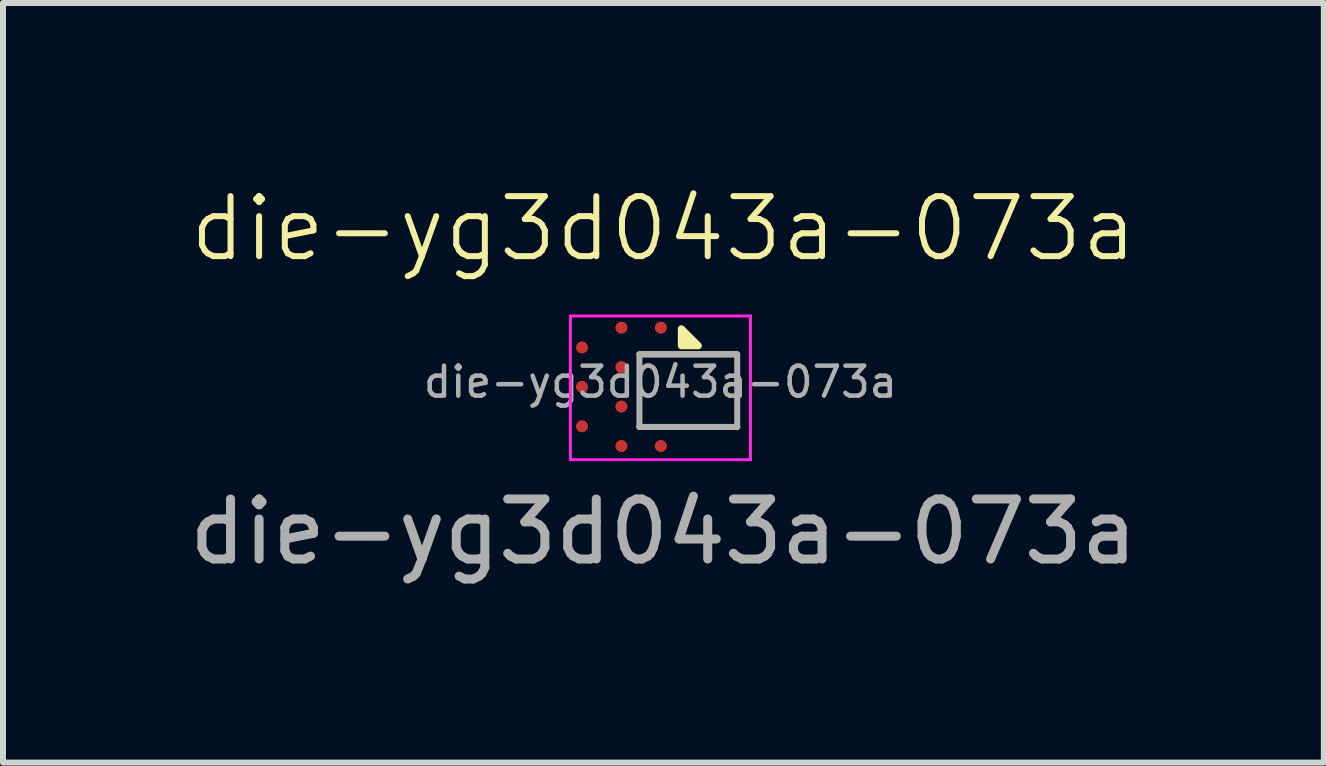
<source format=kicad_pcb>
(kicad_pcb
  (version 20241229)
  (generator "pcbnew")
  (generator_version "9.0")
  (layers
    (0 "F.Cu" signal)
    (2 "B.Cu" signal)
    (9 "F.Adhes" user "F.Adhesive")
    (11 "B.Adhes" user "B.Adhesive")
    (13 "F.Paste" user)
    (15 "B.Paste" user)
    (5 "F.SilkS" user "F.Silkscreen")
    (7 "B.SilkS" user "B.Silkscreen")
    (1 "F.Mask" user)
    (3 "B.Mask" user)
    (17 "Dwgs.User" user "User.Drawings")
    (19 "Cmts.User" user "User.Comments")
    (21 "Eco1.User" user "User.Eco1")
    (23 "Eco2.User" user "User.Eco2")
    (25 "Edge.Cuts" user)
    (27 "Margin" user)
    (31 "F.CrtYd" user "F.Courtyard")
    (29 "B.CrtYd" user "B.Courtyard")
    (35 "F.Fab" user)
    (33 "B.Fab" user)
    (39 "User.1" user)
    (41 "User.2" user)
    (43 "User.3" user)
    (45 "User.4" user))
  (footprint "die-yg3d043a-073a"
    (layer "F.Cu")
    (at 8.006 3.311)
    (property "Reference" "die-yg3d043a-073a" (at 0 -2.55 0) (unlocked yes) (layer "F.SilkS") (effects (font (size 1 1) (thickness 0.1))))
    (attr smd)
    (fp_line (start -0.402 -0.457) (end 1.228 -0.457) (stroke (width 0.1) (type default)) (layer "F.SilkS"))
    (fp_line (start -0.4 0.754) (end 1.23 0.754) (stroke (width 0.1) (type default)) (layer "F.SilkS"))
    (fp_poly (pts (xy 0.3 -0.6) (xy 0.3 -0.88) (xy 0.58 -0.6) (xy 0.3 -0.6)) (stroke (width 0.12) (type solid)) (fill yes) (layer "F.SilkS"))
    (fp_line (start -1.55 -1.095) (end 1.45 -1.095) (stroke (width 0.05) (type solid)) (layer "F.CrtYd"))
    (fp_line (start -1.55 1.3) (end -1.55 -1.095) (stroke (width 0.05) (type solid)) (layer "F.CrtYd"))
    (fp_line (start 1.45 -1.095) (end 1.45 1.3) (stroke (width 0.05) (type solid)) (layer "F.CrtYd"))
    (fp_line (start 1.45 1.3) (end -1.55 1.3) (stroke (width 0.05) (type solid)) (layer "F.CrtYd"))
    (fp_rect (start -0.4 -0.455) (end 1.23 0.755) (stroke (width 0.1) (type solid)) (fill no) (layer "F.Fab"))
    (fp_text user "${REFERENCE}" (at 0 2.5 0) (unlocked yes) (layer "F.Fab") (effects (font (size 1 1) (thickness 0.15))))
    (fp_text user "${REFERENCE}" (at -0.05 0.005 0) (layer "F.Fab") (effects (font (size 0.5 0.5) (thickness 0.075))))
    (pad "1" smd oval (at -0.043 -0.9) (size 0.2 0.2) (layers "F.Cu" "F.Mask" "F.Paste"))
    (pad "2" smd oval (at -0.7 -0.9) (size 0.2 0.2) (layers "F.Cu" "F.Mask" "F.Paste"))
    (pad "3" smd oval (at -1.357 -0.571) (size 0.2 0.2) (layers "F.Cu" "F.Mask" "F.Paste"))
    (pad "4" smd oval (at -0.7 -0.243) (size 0.2 0.2) (layers "F.Cu" "F.Mask" "F.Paste"))
    (pad "5" smd oval (at -1.357 0.086) (size 0.2 0.2) (layers "F.Cu" "F.Mask" "F.Paste"))
    (pad "6" smd oval (at -0.7 0.414) (size 0.2 0.2) (layers "F.Cu" "F.Mask" "F.Paste"))
    (pad "7" smd oval (at -1.357 0.743) (size 0.2 0.2) (layers "F.Cu" "F.Mask" "F.Paste"))
    (pad "8" smd oval (at -0.7 1.072) (size 0.2 0.2) (layers "F.Cu" "F.Mask" "F.Paste"))
    (pad "9" smd oval (at -0.043 1.072) (size 0.2 0.2) (layers "F.Cu" "F.Mask" "F.Paste")))
  (gr_rect
    (start -3 -3)
    (end 19.012 9.659)
    (stroke (width 0.1) (type default))
    (fill no)
    (layer "Edge.Cuts")))
</source>
